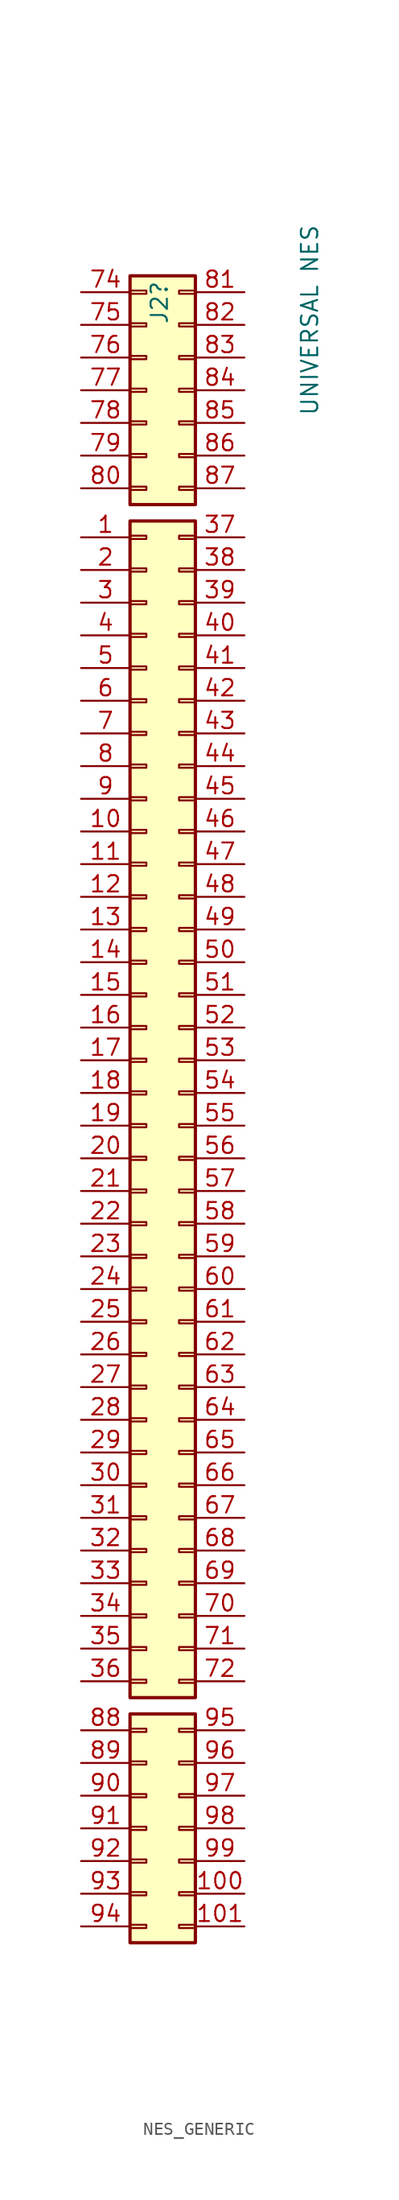
<source format=kicad_sym>
(kicad_symbol_lib
  (version 20231120)
  (generator "kicad_symbol_editor")
  (generator_version "8.0")
  (symbol "NES_GENERIC"
    (pin_names
      (offset 1.016) hide)
    (property "Reference" "J2"
      (at 1.016 59.69 90)
      (effects (font (size 1.27 1.27)) (justify left)))
    (property "Value" "UNIVERSAL NES"
      (at 12.7 52.578 90)
      (effects (font (size 1.27 1.27)) (justify left)))
    (symbol "NES_GENERIC_1_1"
      (rectangle (start -1.27 -64.643) (end 0 -64.897) (stroke (width 0.152) (type default)) (fill (type none)))
      (rectangle (start -1.27 -62.103) (end 0 -62.357) (stroke (width 0.152) (type default)) (fill (type none)))
      (rectangle (start -1.27 -59.563) (end 0 -59.817) (stroke (width 0.152) (type default)) (fill (type none)))
      (rectangle (start -1.27 -57.023) (end 0 -57.277) (stroke (width 0.152) (type default)) (fill (type none)))
      (rectangle (start -1.27 -54.483) (end 0 -54.737) (stroke (width 0.152) (type default)) (fill (type none)))
      (rectangle (start -1.27 -51.943) (end 0 -52.197) (stroke (width 0.152) (type default)) (fill (type none)))
      (rectangle (start -1.27 -49.403) (end 0 -49.657) (stroke (width 0.152) (type default)) (fill (type none)))
      (rectangle (start -1.27 -48.26) (end 3.81 -66.04) (stroke (width 0.254) (type default)) (fill (type background)))
      (rectangle (start -1.27 -45.593) (end 0 -45.847) (stroke (width 0.152) (type default)) (fill (type none)))
      (rectangle (start -1.27 -43.053) (end 0 -43.307) (stroke (width 0.152) (type default)) (fill (type none)))
      (rectangle (start -1.27 -40.513) (end 0 -40.767) (stroke (width 0.152) (type default)) (fill (type none)))
      (rectangle (start -1.27 -37.973) (end 0 -38.227) (stroke (width 0.152) (type default)) (fill (type none)))
      (rectangle (start -1.27 -35.433) (end 0 -35.687) (stroke (width 0.152) (type default)) (fill (type none)))
      (rectangle (start -1.27 -32.893) (end 0 -33.147) (stroke (width 0.152) (type default)) (fill (type none)))
      (rectangle (start -1.27 -30.353) (end 0 -30.607) (stroke (width 0.152) (type default)) (fill (type none)))
      (rectangle (start -1.27 -27.813) (end 0 -28.067) (stroke (width 0.152) (type default)) (fill (type none)))
      (rectangle (start -1.27 -25.273) (end 0 -25.527) (stroke (width 0.152) (type default)) (fill (type none)))
      (rectangle (start -1.27 -22.733) (end 0 -22.987) (stroke (width 0.152) (type default)) (fill (type none)))
      (rectangle (start -1.27 -20.193) (end 0 -20.447) (stroke (width 0.152) (type default)) (fill (type none)))
      (rectangle (start -1.27 -17.653) (end 0 -17.907) (stroke (width 0.152) (type default)) (fill (type none)))
      (rectangle (start -1.27 -15.113) (end 0 -15.367) (stroke (width 0.152) (type default)) (fill (type none)))
      (rectangle (start -1.27 -12.573) (end 0 -12.827) (stroke (width 0.152) (type default)) (fill (type none)))
      (rectangle (start -1.27 -10.033) (end 0 -10.287) (stroke (width 0.152) (type default)) (fill (type none)))
      (rectangle (start -1.27 -7.493) (end 0 -7.747) (stroke (width 0.152) (type default)) (fill (type none)))
      (rectangle (start -1.27 -4.953) (end 0 -5.207) (stroke (width 0.152) (type default)) (fill (type none)))
      (rectangle (start -1.27 -2.413) (end 0 -2.667) (stroke (width 0.152) (type default)) (fill (type none)))
      (rectangle (start -1.27 0.127) (end 0 -0.127) (stroke (width 0.152) (type default)) (fill (type none)))
      (rectangle (start -1.27 2.667) (end 0 2.413) (stroke (width 0.152) (type default)) (fill (type none)))
      (rectangle (start -1.27 5.207) (end 0 4.953) (stroke (width 0.152) (type default)) (fill (type none)))
      (rectangle (start -1.27 7.747) (end 0 7.493) (stroke (width 0.152) (type default)) (fill (type none)))
      (rectangle (start -1.27 10.287) (end 0 10.033) (stroke (width 0.152) (type default)) (fill (type none)))
      (rectangle (start -1.27 12.827) (end 0 12.573) (stroke (width 0.152) (type default)) (fill (type none)))
      (rectangle (start -1.27 15.367) (end 0 15.113) (stroke (width 0.152) (type default)) (fill (type none)))
      (rectangle (start -1.27 17.907) (end 0 17.653) (stroke (width 0.152) (type default)) (fill (type none)))
      (rectangle (start -1.27 20.447) (end 0 20.193) (stroke (width 0.152) (type default)) (fill (type none)))
      (rectangle (start -1.27 22.987) (end 0 22.733) (stroke (width 0.152) (type default)) (fill (type none)))
      (rectangle (start -1.27 25.527) (end 0 25.273) (stroke (width 0.152) (type default)) (fill (type none)))
      (rectangle (start -1.27 28.067) (end 0 27.813) (stroke (width 0.152) (type default)) (fill (type none)))
      (rectangle (start -1.27 30.607) (end 0 30.353) (stroke (width 0.152) (type default)) (fill (type none)))
      (rectangle (start -1.27 33.147) (end 0 32.893) (stroke (width 0.152) (type default)) (fill (type none)))
      (rectangle (start -1.27 35.687) (end 0 35.433) (stroke (width 0.152) (type default)) (fill (type none)))
      (rectangle (start -1.27 38.227) (end 0 37.973) (stroke (width 0.152) (type default)) (fill (type none)))
      (rectangle (start -1.27 40.767) (end 0 40.513) (stroke (width 0.152) (type default)) (fill (type none)))
      (rectangle (start -1.27 43.307) (end 0 43.053) (stroke (width 0.152) (type default)) (fill (type none)))
      (rectangle (start -1.27 44.45) (end 3.81 -46.99) (stroke (width 0.254) (type default)) (fill (type background)))
      (rectangle (start -1.27 47.117) (end 0 46.863) (stroke (width 0.152) (type default)) (fill (type none)))
      (rectangle (start -1.27 49.657) (end 0 49.403) (stroke (width 0.152) (type default)) (fill (type none)))
      (rectangle (start -1.27 52.197) (end 0 51.943) (stroke (width 0.152) (type default)) (fill (type none)))
      (rectangle (start -1.27 54.737) (end 0 54.483) (stroke (width 0.152) (type default)) (fill (type none)))
      (rectangle (start -1.27 57.277) (end 0 57.023) (stroke (width 0.152) (type default)) (fill (type none)))
      (rectangle (start -1.27 59.817) (end 0 59.563) (stroke (width 0.152) (type default)) (fill (type none)))
      (rectangle (start -1.27 62.357) (end 0 62.103) (stroke (width 0.152) (type default)) (fill (type none)))
      (rectangle (start -1.27 63.5) (end 3.81 45.72) (stroke (width 0.254) (type default)) (fill (type background)))
      (rectangle (start 3.81 -64.897) (end 2.54 -64.643) (stroke (width 0.152) (type default)) (fill (type none)))
      (rectangle (start 3.81 -62.357) (end 2.54 -62.103) (stroke (width 0.152) (type default)) (fill (type none)))
      (rectangle (start 3.81 -59.817) (end 2.54 -59.563) (stroke (width 0.152) (type default)) (fill (type none)))
      (rectangle (start 3.81 -57.277) (end 2.54 -57.023) (stroke (width 0.152) (type default)) (fill (type none)))
      (rectangle (start 3.81 -54.737) (end 2.54 -54.483) (stroke (width 0.152) (type default)) (fill (type none)))
      (rectangle (start 3.81 -52.197) (end 2.54 -51.943) (stroke (width 0.152) (type default)) (fill (type none)))
      (rectangle (start 3.81 -49.657) (end 2.54 -49.403) (stroke (width 0.152) (type default)) (fill (type none)))
      (rectangle (start 3.81 -45.593) (end 2.54 -45.847) (stroke (width 0.152) (type default)) (fill (type none)))
      (rectangle (start 3.81 -43.053) (end 2.54 -43.307) (stroke (width 0.152) (type default)) (fill (type none)))
      (rectangle (start 3.81 -40.513) (end 2.54 -40.767) (stroke (width 0.152) (type default)) (fill (type none)))
      (rectangle (start 3.81 -37.973) (end 2.54 -38.227) (stroke (width 0.152) (type default)) (fill (type none)))
      (rectangle (start 3.81 -35.433) (end 2.54 -35.687) (stroke (width 0.152) (type default)) (fill (type none)))
      (rectangle (start 3.81 -32.893) (end 2.54 -33.147) (stroke (width 0.152) (type default)) (fill (type none)))
      (rectangle (start 3.81 -30.353) (end 2.54 -30.607) (stroke (width 0.152) (type default)) (fill (type none)))
      (rectangle (start 3.81 -27.813) (end 2.54 -28.067) (stroke (width 0.152) (type default)) (fill (type none)))
      (rectangle (start 3.81 -25.273) (end 2.54 -25.527) (stroke (width 0.152) (type default)) (fill (type none)))
      (rectangle (start 3.81 -22.733) (end 2.54 -22.987) (stroke (width 0.152) (type default)) (fill (type none)))
      (rectangle (start 3.81 -20.193) (end 2.54 -20.447) (stroke (width 0.152) (type default)) (fill (type none)))
      (rectangle (start 3.81 -17.653) (end 2.54 -17.907) (stroke (width 0.152) (type default)) (fill (type none)))
      (rectangle (start 3.81 -15.113) (end 2.54 -15.367) (stroke (width 0.152) (type default)) (fill (type none)))
      (rectangle (start 3.81 -12.573) (end 2.54 -12.827) (stroke (width 0.152) (type default)) (fill (type none)))
      (rectangle (start 3.81 -10.033) (end 2.54 -10.287) (stroke (width 0.152) (type default)) (fill (type none)))
      (rectangle (start 3.81 -7.493) (end 2.54 -7.747) (stroke (width 0.152) (type default)) (fill (type none)))
      (rectangle (start 3.81 -4.953) (end 2.54 -5.207) (stroke (width 0.152) (type default)) (fill (type none)))
      (rectangle (start 3.81 -2.413) (end 2.54 -2.667) (stroke (width 0.152) (type default)) (fill (type none)))
      (rectangle (start 3.81 0.127) (end 2.54 -0.127) (stroke (width 0.152) (type default)) (fill (type none)))
      (rectangle (start 3.81 2.667) (end 2.54 2.413) (stroke (width 0.152) (type default)) (fill (type none)))
      (rectangle (start 3.81 5.207) (end 2.54 4.953) (stroke (width 0.152) (type default)) (fill (type none)))
      (rectangle (start 3.81 7.747) (end 2.54 7.493) (stroke (width 0.152) (type default)) (fill (type none)))
      (rectangle (start 3.81 10.287) (end 2.54 10.033) (stroke (width 0.152) (type default)) (fill (type none)))
      (rectangle (start 3.81 12.827) (end 2.54 12.573) (stroke (width 0.152) (type default)) (fill (type none)))
      (rectangle (start 3.81 15.367) (end 2.54 15.113) (stroke (width 0.152) (type default)) (fill (type none)))
      (rectangle (start 3.81 17.907) (end 2.54 17.653) (stroke (width 0.152) (type default)) (fill (type none)))
      (rectangle (start 3.81 20.447) (end 2.54 20.193) (stroke (width 0.152) (type default)) (fill (type none)))
      (rectangle (start 3.81 22.987) (end 2.54 22.733) (stroke (width 0.152) (type default)) (fill (type none)))
      (rectangle (start 3.81 25.527) (end 2.54 25.273) (stroke (width 0.152) (type default)) (fill (type none)))
      (rectangle (start 3.81 28.067) (end 2.54 27.813) (stroke (width 0.152) (type default)) (fill (type none)))
      (rectangle (start 3.81 30.607) (end 2.54 30.353) (stroke (width 0.152) (type default)) (fill (type none)))
      (rectangle (start 3.81 33.147) (end 2.54 32.893) (stroke (width 0.152) (type default)) (fill (type none)))
      (rectangle (start 3.81 35.687) (end 2.54 35.433) (stroke (width 0.152) (type default)) (fill (type none)))
      (rectangle (start 3.81 38.227) (end 2.54 37.973) (stroke (width 0.152) (type default)) (fill (type none)))
      (rectangle (start 3.81 40.767) (end 2.54 40.513) (stroke (width 0.152) (type default)) (fill (type none)))
      (rectangle (start 3.81 43.307) (end 2.54 43.053) (stroke (width 0.152) (type default)) (fill (type none)))
      (rectangle (start 3.81 46.863) (end 2.54 47.117) (stroke (width 0.152) (type default)) (fill (type none)))
      (rectangle (start 3.81 49.403) (end 2.54 49.657) (stroke (width 0.152) (type default)) (fill (type none)))
      (rectangle (start 3.81 51.943) (end 2.54 52.197) (stroke (width 0.152) (type default)) (fill (type none)))
      (rectangle (start 3.81 54.483) (end 2.54 54.737) (stroke (width 0.152) (type default)) (fill (type none)))
      (rectangle (start 3.81 57.023) (end 2.54 57.277) (stroke (width 0.152) (type default)) (fill (type none)))
      (rectangle (start 3.81 59.563) (end 2.54 59.817) (stroke (width 0.152) (type default)) (fill (type none)))
      (rectangle (start 3.81 62.103) (end 2.54 62.357) (stroke (width 0.152) (type default)) (fill (type none)))
      (pin passive line (at -5.08 43.18 0) (length 3.81) (name "Pin_1" (effects (font (size 1.27 1.27)))) (number "1" (effects (font (size 1.27 1.27)))))
      (pin passive line (at -5.08 20.32 0) (length 3.81) (name "Pin_10" (effects (font (size 1.27 1.27)))) (number "10" (effects (font (size 1.27 1.27)))))
      (pin passive line (at 7.62 -62.23 180) (length 3.81) (name "Pin_100" (effects (font (size 1.27 1.27)))) (number "100" (effects (font (size 1.27 1.27)))))
      (pin passive line (at 7.62 -64.77 180) (length 3.81) (name "Pin_101" (effects (font (size 1.27 1.27)))) (number "101" (effects (font (size 1.27 1.27)))))
      (pin passive line (at -5.08 17.78 0) (length 3.81) (name "Pin_11" (effects (font (size 1.27 1.27)))) (number "11" (effects (font (size 1.27 1.27)))))
      (pin passive line (at -5.08 15.24 0) (length 3.81) (name "Pin_12" (effects (font (size 1.27 1.27)))) (number "12" (effects (font (size 1.27 1.27)))))
      (pin passive line (at -5.08 12.7 0) (length 3.81) (name "Pin_13" (effects (font (size 1.27 1.27)))) (number "13" (effects (font (size 1.27 1.27)))))
      (pin passive line (at -5.08 10.16 0) (length 3.81) (name "Pin_14" (effects (font (size 1.27 1.27)))) (number "14" (effects (font (size 1.27 1.27)))))
      (pin passive line (at -5.08 7.62 0) (length 3.81) (name "Pin_15" (effects (font (size 1.27 1.27)))) (number "15" (effects (font (size 1.27 1.27)))))
      (pin passive line (at -5.08 5.08 0) (length 3.81) (name "Pin_16" (effects (font (size 1.27 1.27)))) (number "16" (effects (font (size 1.27 1.27)))))
      (pin passive line (at -5.08 2.54 0) (length 3.81) (name "Pin_17" (effects (font (size 1.27 1.27)))) (number "17" (effects (font (size 1.27 1.27)))))
      (pin passive line (at -5.08 0 0) (length 3.81) (name "Pin_18" (effects (font (size 1.27 1.27)))) (number "18" (effects (font (size 1.27 1.27)))))
      (pin passive line (at -5.08 -2.54 0) (length 3.81) (name "Pin_19" (effects (font (size 1.27 1.27)))) (number "19" (effects (font (size 1.27 1.27)))))
      (pin passive line (at -5.08 40.64 0) (length 3.81) (name "Pin_2" (effects (font (size 1.27 1.27)))) (number "2" (effects (font (size 1.27 1.27)))))
      (pin passive line (at -5.08 -5.08 0) (length 3.81) (name "Pin_20" (effects (font (size 1.27 1.27)))) (number "20" (effects (font (size 1.27 1.27)))))
      (pin passive line (at -5.08 -7.62 0) (length 3.81) (name "Pin_21" (effects (font (size 1.27 1.27)))) (number "21" (effects (font (size 1.27 1.27)))))
      (pin passive line (at -5.08 -10.16 0) (length 3.81) (name "Pin_22" (effects (font (size 1.27 1.27)))) (number "22" (effects (font (size 1.27 1.27)))))
      (pin passive line (at -5.08 -12.7 0) (length 3.81) (name "Pin_23" (effects (font (size 1.27 1.27)))) (number "23" (effects (font (size 1.27 1.27)))))
      (pin passive line (at -5.08 -15.24 0) (length 3.81) (name "Pin_24" (effects (font (size 1.27 1.27)))) (number "24" (effects (font (size 1.27 1.27)))))
      (pin passive line (at -5.08 -17.78 0) (length 3.81) (name "Pin_25" (effects (font (size 1.27 1.27)))) (number "25" (effects (font (size 1.27 1.27)))))
      (pin passive line (at -5.08 -20.32 0) (length 3.81) (name "Pin_26" (effects (font (size 1.27 1.27)))) (number "26" (effects (font (size 1.27 1.27)))))
      (pin passive line (at -5.08 -22.86 0) (length 3.81) (name "Pin_27" (effects (font (size 1.27 1.27)))) (number "27" (effects (font (size 1.27 1.27)))))
      (pin passive line (at -5.08 -25.4 0) (length 3.81) (name "Pin_28" (effects (font (size 1.27 1.27)))) (number "28" (effects (font (size 1.27 1.27)))))
      (pin passive line (at -5.08 -27.94 0) (length 3.81) (name "Pin_29" (effects (font (size 1.27 1.27)))) (number "29" (effects (font (size 1.27 1.27)))))
      (pin passive line (at -5.08 38.1 0) (length 3.81) (name "Pin_3" (effects (font (size 1.27 1.27)))) (number "3" (effects (font (size 1.27 1.27)))))
      (pin passive line (at -5.08 -30.48 0) (length 3.81) (name "Pin_30" (effects (font (size 1.27 1.27)))) (number "30" (effects (font (size 1.27 1.27)))))
      (pin passive line (at -5.08 -33.02 0) (length 3.81) (name "Pin_31" (effects (font (size 1.27 1.27)))) (number "31" (effects (font (size 1.27 1.27)))))
      (pin passive line (at -5.08 -35.56 0) (length 3.81) (name "Pin_32" (effects (font (size 1.27 1.27)))) (number "32" (effects (font (size 1.27 1.27)))))
      (pin passive line (at -5.08 -38.1 0) (length 3.81) (name "Pin_33" (effects (font (size 1.27 1.27)))) (number "33" (effects (font (size 1.27 1.27)))))
      (pin passive line (at -5.08 -40.64 0) (length 3.81) (name "Pin_34" (effects (font (size 1.27 1.27)))) (number "34" (effects (font (size 1.27 1.27)))))
      (pin passive line (at -5.08 -43.18 0) (length 3.81) (name "Pin_35" (effects (font (size 1.27 1.27)))) (number "35" (effects (font (size 1.27 1.27)))))
      (pin passive line (at -5.08 -45.72 0) (length 3.81) (name "Pin_36" (effects (font (size 1.27 1.27)))) (number "36" (effects (font (size 1.27 1.27)))))
      (pin passive line (at 7.62 43.18 180) (length 3.81) (name "Pin_37" (effects (font (size 1.27 1.27)))) (number "37" (effects (font (size 1.27 1.27)))))
      (pin passive line (at 7.62 40.64 180) (length 3.81) (name "Pin_38" (effects (font (size 1.27 1.27)))) (number "38" (effects (font (size 1.27 1.27)))))
      (pin passive line (at 7.62 38.1 180) (length 3.81) (name "Pin_39" (effects (font (size 1.27 1.27)))) (number "39" (effects (font (size 1.27 1.27)))))
      (pin passive line (at -5.08 35.56 0) (length 3.81) (name "Pin_4" (effects (font (size 1.27 1.27)))) (number "4" (effects (font (size 1.27 1.27)))))
      (pin passive line (at 7.62 35.56 180) (length 3.81) (name "Pin_40" (effects (font (size 1.27 1.27)))) (number "40" (effects (font (size 1.27 1.27)))))
      (pin passive line (at 7.62 33.02 180) (length 3.81) (name "Pin_41" (effects (font (size 1.27 1.27)))) (number "41" (effects (font (size 1.27 1.27)))))
      (pin passive line (at 7.62 30.48 180) (length 3.81) (name "Pin_42" (effects (font (size 1.27 1.27)))) (number "42" (effects (font (size 1.27 1.27)))))
      (pin passive line (at 7.62 27.94 180) (length 3.81) (name "Pin_43" (effects (font (size 1.27 1.27)))) (number "43" (effects (font (size 1.27 1.27)))))
      (pin passive line (at 7.62 25.4 180) (length 3.81) (name "Pin_44" (effects (font (size 1.27 1.27)))) (number "44" (effects (font (size 1.27 1.27)))))
      (pin passive line (at 7.62 22.86 180) (length 3.81) (name "Pin_45" (effects (font (size 1.27 1.27)))) (number "45" (effects (font (size 1.27 1.27)))))
      (pin passive line (at 7.62 20.32 180) (length 3.81) (name "Pin_46" (effects (font (size 1.27 1.27)))) (number "46" (effects (font (size 1.27 1.27)))))
      (pin passive line (at 7.62 17.78 180) (length 3.81) (name "Pin_47" (effects (font (size 1.27 1.27)))) (number "47" (effects (font (size 1.27 1.27)))))
      (pin passive line (at 7.62 15.24 180) (length 3.81) (name "Pin_48" (effects (font (size 1.27 1.27)))) (number "48" (effects (font (size 1.27 1.27)))))
      (pin passive line (at 7.62 12.7 180) (length 3.81) (name "Pin_49" (effects (font (size 1.27 1.27)))) (number "49" (effects (font (size 1.27 1.27)))))
      (pin passive line (at -5.08 33.02 0) (length 3.81) (name "Pin_5" (effects (font (size 1.27 1.27)))) (number "5" (effects (font (size 1.27 1.27)))))
      (pin passive line (at 7.62 10.16 180) (length 3.81) (name "Pin_50" (effects (font (size 1.27 1.27)))) (number "50" (effects (font (size 1.27 1.27)))))
      (pin passive line (at 7.62 7.62 180) (length 3.81) (name "Pin_51" (effects (font (size 1.27 1.27)))) (number "51" (effects (font (size 1.27 1.27)))))
      (pin passive line (at 7.62 5.08 180) (length 3.81) (name "Pin_52" (effects (font (size 1.27 1.27)))) (number "52" (effects (font (size 1.27 1.27)))))
      (pin passive line (at 7.62 2.54 180) (length 3.81) (name "Pin_53" (effects (font (size 1.27 1.27)))) (number "53" (effects (font (size 1.27 1.27)))))
      (pin passive line (at 7.62 0 180) (length 3.81) (name "Pin_54" (effects (font (size 1.27 1.27)))) (number "54" (effects (font (size 1.27 1.27)))))
      (pin passive line (at 7.62 -2.54 180) (length 3.81) (name "Pin_55" (effects (font (size 1.27 1.27)))) (number "55" (effects (font (size 1.27 1.27)))))
      (pin passive line (at 7.62 -5.08 180) (length 3.81) (name "Pin_56" (effects (font (size 1.27 1.27)))) (number "56" (effects (font (size 1.27 1.27)))))
      (pin passive line (at 7.62 -7.62 180) (length 3.81) (name "Pin_57" (effects (font (size 1.27 1.27)))) (number "57" (effects (font (size 1.27 1.27)))))
      (pin passive line (at 7.62 -10.16 180) (length 3.81) (name "Pin_58" (effects (font (size 1.27 1.27)))) (number "58" (effects (font (size 1.27 1.27)))))
      (pin passive line (at 7.62 -12.7 180) (length 3.81) (name "Pin_59" (effects (font (size 1.27 1.27)))) (number "59" (effects (font (size 1.27 1.27)))))
      (pin passive line (at -5.08 30.48 0) (length 3.81) (name "Pin_6" (effects (font (size 1.27 1.27)))) (number "6" (effects (font (size 1.27 1.27)))))
      (pin passive line (at 7.62 -15.24 180) (length 3.81) (name "Pin_60" (effects (font (size 1.27 1.27)))) (number "60" (effects (font (size 1.27 1.27)))))
      (pin passive line (at 7.62 -17.78 180) (length 3.81) (name "Pin_61" (effects (font (size 1.27 1.27)))) (number "61" (effects (font (size 1.27 1.27)))))
      (pin passive line (at 7.62 -20.32 180) (length 3.81) (name "Pin_62" (effects (font (size 1.27 1.27)))) (number "62" (effects (font (size 1.27 1.27)))))
      (pin passive line (at 7.62 -22.86 180) (length 3.81) (name "Pin_63" (effects (font (size 1.27 1.27)))) (number "63" (effects (font (size 1.27 1.27)))))
      (pin passive line (at 7.62 -25.4 180) (length 3.81) (name "Pin_64" (effects (font (size 1.27 1.27)))) (number "64" (effects (font (size 1.27 1.27)))))
      (pin passive line (at 7.62 -27.94 180) (length 3.81) (name "Pin_65" (effects (font (size 1.27 1.27)))) (number "65" (effects (font (size 1.27 1.27)))))
      (pin passive line (at 7.62 -30.48 180) (length 3.81) (name "Pin_66" (effects (font (size 1.27 1.27)))) (number "66" (effects (font (size 1.27 1.27)))))
      (pin passive line (at 7.62 -33.02 180) (length 3.81) (name "Pin_67" (effects (font (size 1.27 1.27)))) (number "67" (effects (font (size 1.27 1.27)))))
      (pin passive line (at 7.62 -35.56 180) (length 3.81) (name "Pin_68" (effects (font (size 1.27 1.27)))) (number "68" (effects (font (size 1.27 1.27)))))
      (pin passive line (at 7.62 -38.1 180) (length 3.81) (name "Pin_69" (effects (font (size 1.27 1.27)))) (number "69" (effects (font (size 1.27 1.27)))))
      (pin passive line (at -5.08 27.94 0) (length 3.81) (name "Pin_7" (effects (font (size 1.27 1.27)))) (number "7" (effects (font (size 1.27 1.27)))))
      (pin passive line (at 7.62 -40.64 180) (length 3.81) (name "Pin_70" (effects (font (size 1.27 1.27)))) (number "70" (effects (font (size 1.27 1.27)))))
      (pin passive line (at 7.62 -43.18 180) (length 3.81) (name "Pin_71" (effects (font (size 1.27 1.27)))) (number "71" (effects (font (size 1.27 1.27)))))
      (pin passive line (at 7.62 -45.72 180) (length 3.81) (name "Pin_72" (effects (font (size 1.27 1.27)))) (number "72" (effects (font (size 1.27 1.27)))))
      (pin passive line (at -5.08 62.23 0) (length 3.81) (name "Pin_74" (effects (font (size 1.27 1.27)))) (number "74" (effects (font (size 1.27 1.27)))))
      (pin passive line (at -5.08 59.69 0) (length 3.81) (name "Pin_75" (effects (font (size 1.27 1.27)))) (number "75" (effects (font (size 1.27 1.27)))))
      (pin passive line (at -5.08 57.15 0) (length 3.81) (name "Pin_76" (effects (font (size 1.27 1.27)))) (number "76" (effects (font (size 1.27 1.27)))))
      (pin passive line (at -5.08 54.61 0) (length 3.81) (name "Pin_77" (effects (font (size 1.27 1.27)))) (number "77" (effects (font (size 1.27 1.27)))))
      (pin passive line (at -5.08 52.07 0) (length 3.81) (name "Pin_78" (effects (font (size 1.27 1.27)))) (number "78" (effects (font (size 1.27 1.27)))))
      (pin passive line (at -5.08 49.53 0) (length 3.81) (name "Pin_79" (effects (font (size 1.27 1.27)))) (number "79" (effects (font (size 1.27 1.27)))))
      (pin passive line (at -5.08 25.4 0) (length 3.81) (name "Pin_8" (effects (font (size 1.27 1.27)))) (number "8" (effects (font (size 1.27 1.27)))))
      (pin passive line (at -5.08 46.99 0) (length 3.81) (name "Pin_80" (effects (font (size 1.27 1.27)))) (number "80" (effects (font (size 1.27 1.27)))))
      (pin passive line (at 7.62 62.23 180) (length 3.81) (name "Pin_81" (effects (font (size 1.27 1.27)))) (number "81" (effects (font (size 1.27 1.27)))))
      (pin passive line (at 7.62 59.69 180) (length 3.81) (name "Pin_82" (effects (font (size 1.27 1.27)))) (number "82" (effects (font (size 1.27 1.27)))))
      (pin passive line (at 7.62 57.15 180) (length 3.81) (name "Pin_83" (effects (font (size 1.27 1.27)))) (number "83" (effects (font (size 1.27 1.27)))))
      (pin passive line (at 7.62 54.61 180) (length 3.81) (name "Pin_84" (effects (font (size 1.27 1.27)))) (number "84" (effects (font (size 1.27 1.27)))))
      (pin passive line (at 7.62 52.07 180) (length 3.81) (name "Pin_85" (effects (font (size 1.27 1.27)))) (number "85" (effects (font (size 1.27 1.27)))))
      (pin passive line (at 7.62 49.53 180) (length 3.81) (name "Pin_86" (effects (font (size 1.27 1.27)))) (number "86" (effects (font (size 1.27 1.27)))))
      (pin passive line (at 7.62 46.99 180) (length 3.81) (name "Pin_87" (effects (font (size 1.27 1.27)))) (number "87" (effects (font (size 1.27 1.27)))))
      (pin passive line (at -5.08 -49.53 0) (length 3.81) (name "Pin_88" (effects (font (size 1.27 1.27)))) (number "88" (effects (font (size 1.27 1.27)))))
      (pin passive line (at -5.08 -52.07 0) (length 3.81) (name "Pin_89" (effects (font (size 1.27 1.27)))) (number "89" (effects (font (size 1.27 1.27)))))
      (pin passive line (at -5.08 22.86 0) (length 3.81) (name "Pin_9" (effects (font (size 1.27 1.27)))) (number "9" (effects (font (size 1.27 1.27)))))
      (pin passive line (at -5.08 -54.61 0) (length 3.81) (name "Pin_90" (effects (font (size 1.27 1.27)))) (number "90" (effects (font (size 1.27 1.27)))))
      (pin passive line (at -5.08 -57.15 0) (length 3.81) (name "Pin_91" (effects (font (size 1.27 1.27)))) (number "91" (effects (font (size 1.27 1.27)))))
      (pin passive line (at -5.08 -59.69 0) (length 3.81) (name "Pin_92" (effects (font (size 1.27 1.27)))) (number "92" (effects (font (size 1.27 1.27)))))
      (pin passive line (at -5.08 -62.23 0) (length 3.81) (name "Pin_93" (effects (font (size 1.27 1.27)))) (number "93" (effects (font (size 1.27 1.27)))))
      (pin passive line (at -5.08 -64.77 0) (length 3.81) (name "Pin_94" (effects (font (size 1.27 1.27)))) (number "94" (effects (font (size 1.27 1.27)))))
      (pin passive line (at 7.62 -49.53 180) (length 3.81) (name "Pin_95" (effects (font (size 1.27 1.27)))) (number "95" (effects (font (size 1.27 1.27)))))
      (pin passive line (at 7.62 -52.07 180) (length 3.81) (name "Pin_96" (effects (font (size 1.27 1.27)))) (number "96" (effects (font (size 1.27 1.27)))))
      (pin passive line (at 7.62 -54.61 180) (length 3.81) (name "Pin_97" (effects (font (size 1.27 1.27)))) (number "97" (effects (font (size 1.27 1.27)))))
      (pin passive line (at 7.62 -57.15 180) (length 3.81) (name "Pin_98" (effects (font (size 1.27 1.27)))) (number "98" (effects (font (size 1.27 1.27)))))
      (pin passive line (at 7.62 -59.69 180) (length 3.81) (name "Pin_99" (effects (font (size 1.27 1.27)))) (number "99" (effects (font (size 1.27 1.27))))))))
</source>
